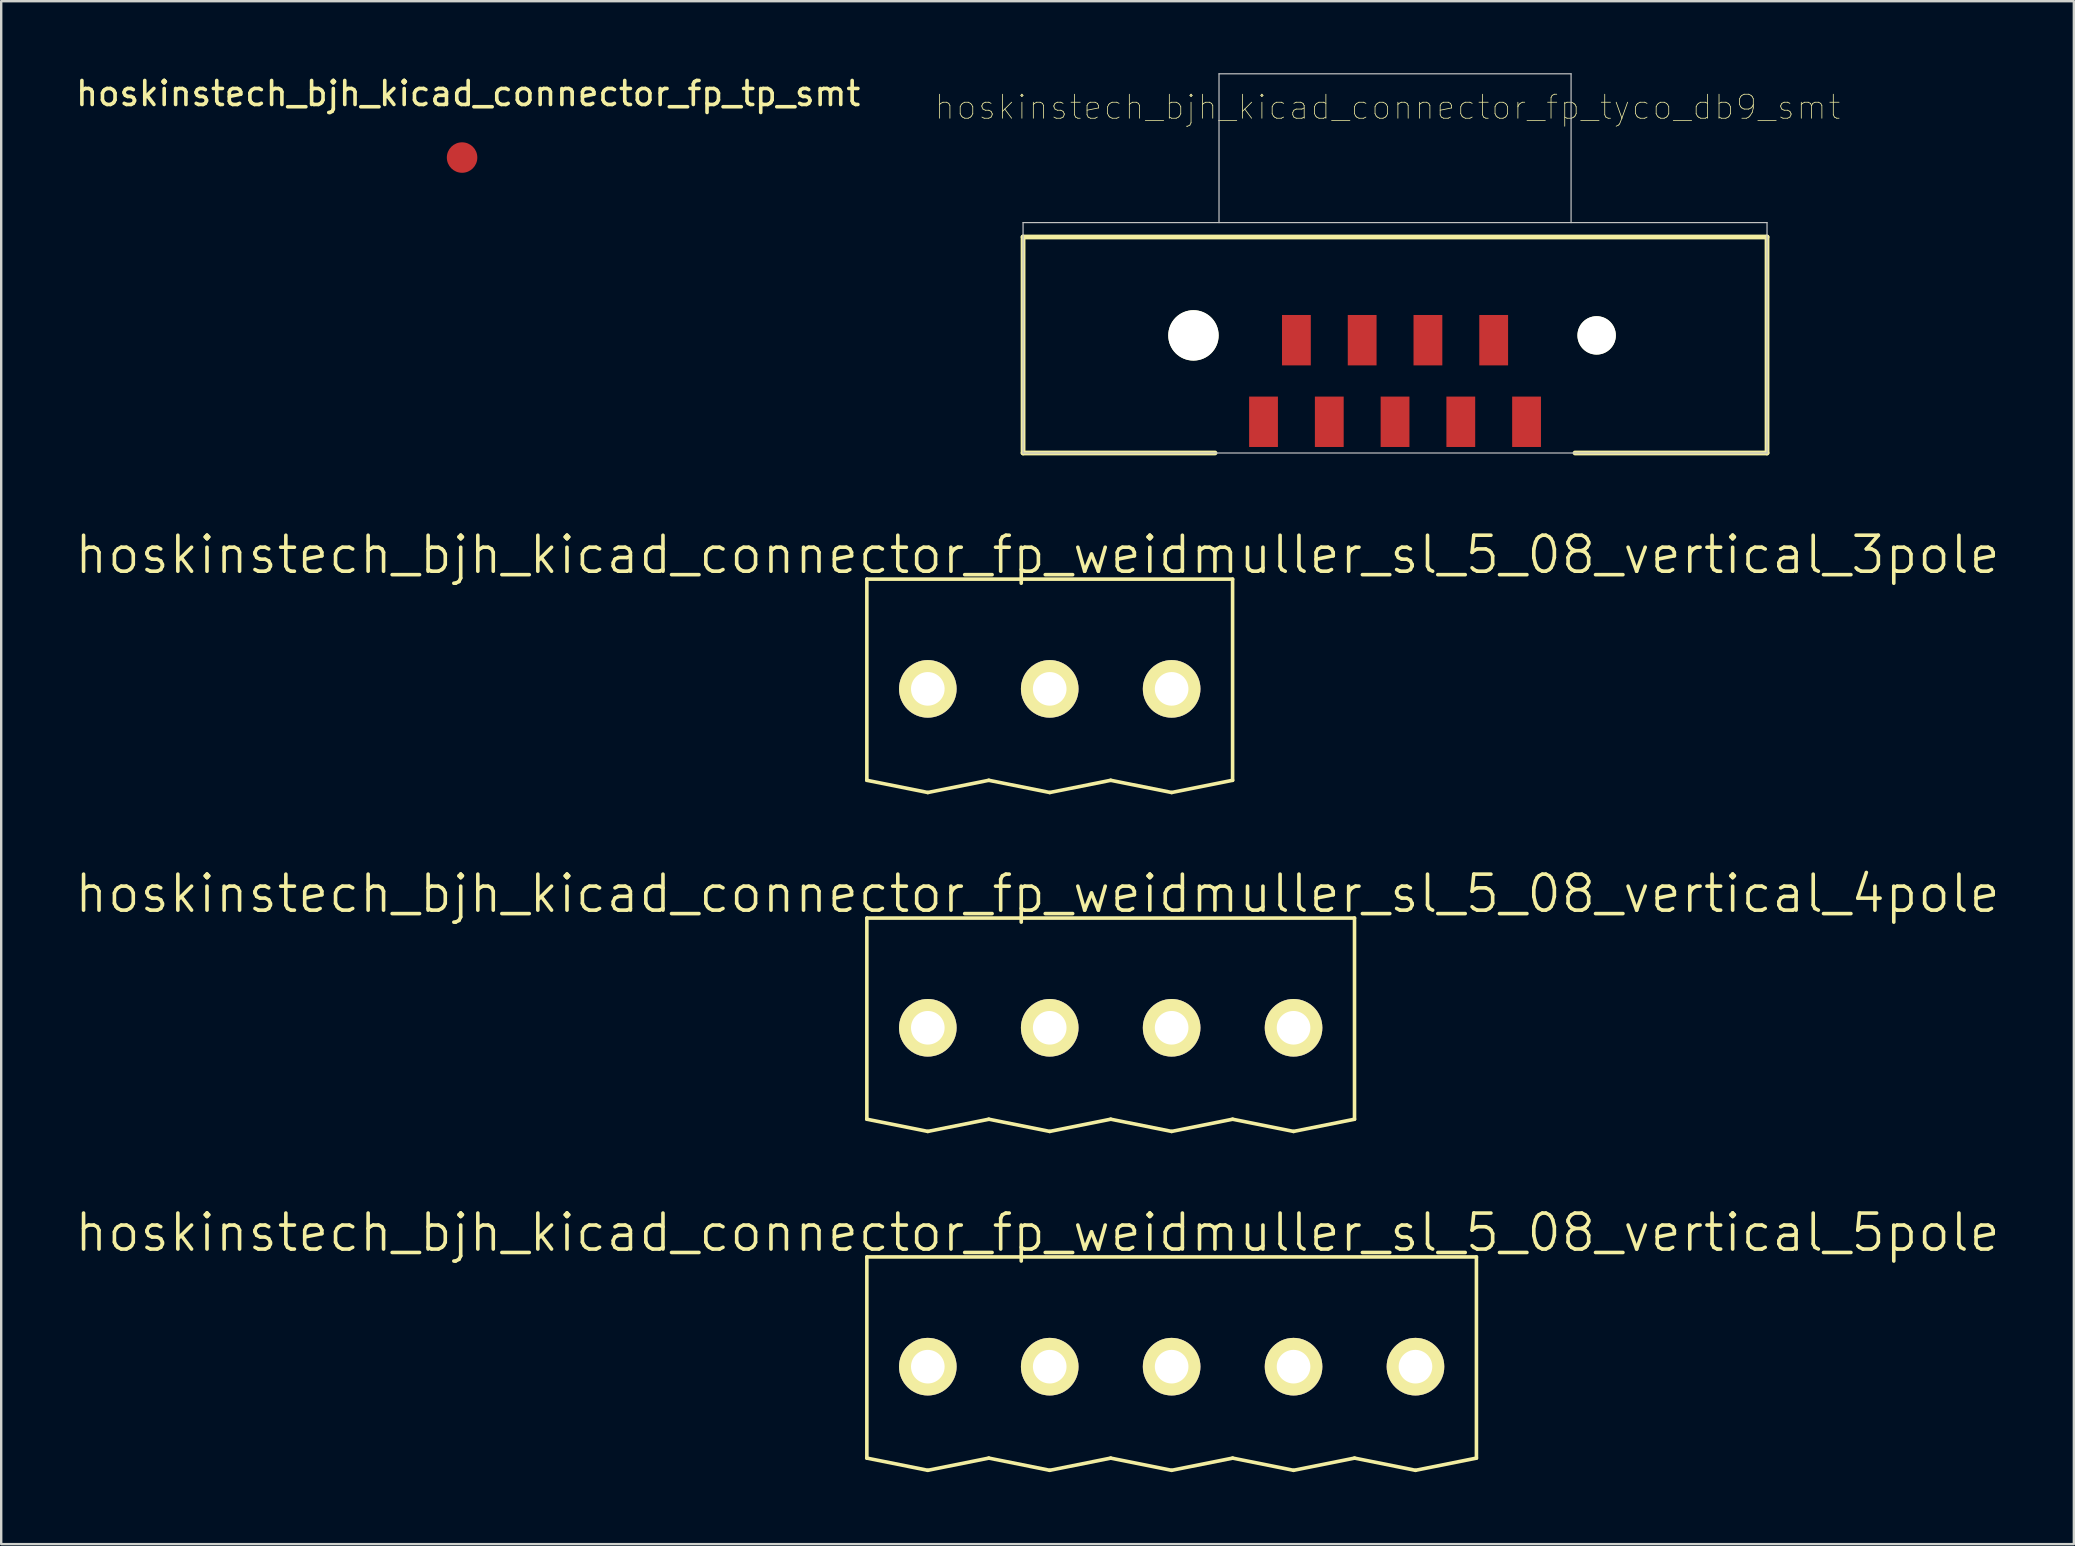
<source format=kicad_pcb>
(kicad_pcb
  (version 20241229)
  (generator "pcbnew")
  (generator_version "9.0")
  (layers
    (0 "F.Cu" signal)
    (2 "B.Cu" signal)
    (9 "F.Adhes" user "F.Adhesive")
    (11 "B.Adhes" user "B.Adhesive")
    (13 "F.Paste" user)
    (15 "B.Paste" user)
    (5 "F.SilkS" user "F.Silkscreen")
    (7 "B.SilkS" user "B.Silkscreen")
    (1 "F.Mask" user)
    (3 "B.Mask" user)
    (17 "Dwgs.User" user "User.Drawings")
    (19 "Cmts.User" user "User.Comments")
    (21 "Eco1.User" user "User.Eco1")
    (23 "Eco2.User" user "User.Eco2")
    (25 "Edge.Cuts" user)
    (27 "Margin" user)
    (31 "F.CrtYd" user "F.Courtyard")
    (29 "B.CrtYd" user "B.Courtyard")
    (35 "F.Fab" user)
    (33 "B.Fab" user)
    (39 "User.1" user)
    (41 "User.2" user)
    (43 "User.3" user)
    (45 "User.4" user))
  (footprint "hoskinstech_bjh_kicad_connector_fp_tp_smt"
    (layer "F.Cu")
    (at 16.204 3.515)
    (property "Reference" "hoskinstech_bjh_kicad_connector_fp_tp_smt" (at 0.254 -2.667 0) (layer "F.SilkS") (effects (font (size 1 1) (thickness 0.15))))
    (attr through_hole)
    (pad "1" smd circle (at 0 0) (size 1.27 1.27) (layers "F.Cu" "F.Mask" "F.Paste")))
  (footprint "hoskinstech_bjh_kicad_connector_fp_tyco_db9_smt"
    (layer "F.Cu")
    (at 55.079 6.225)
    (property "Reference" "hoskinstech_bjh_kicad_connector_fp_tyco_db9_smt" (at -0.31 -4.81 0) (layer "F.SilkS") (effects (font (size 1 1) (thickness 0.032))))
    (attr through_hole)
    (fp_line (start -15.5 0.6) (end -15.5 9.6) (stroke (width 0.2) (type solid)) (layer "F.SilkS"))
    (fp_line (start -15.5 0.6) (end 15.5 0.6) (stroke (width 0.2) (type solid)) (layer "F.SilkS"))
    (fp_line (start -15.5 9.6) (end -7.5 9.6) (stroke (width 0.2) (type solid)) (layer "F.SilkS"))
    (fp_line (start 15.5 0.6) (end 15.5 9.6) (stroke (width 0.2) (type solid)) (layer "F.SilkS"))
    (fp_line (start 15.5 9.6) (end 7.5 9.6) (stroke (width 0.2) (type solid)) (layer "F.SilkS"))
    (fp_line (start -15.5 0) (end -15.5 9.6) (stroke (width 0.05) (type solid)) (layer "Dwgs.User"))
    (fp_line (start -15.5 0) (end 15.5 0) (stroke (width 0.05) (type solid)) (layer "Dwgs.User"))
    (fp_line (start -15.5 9.6) (end 15.5 9.6) (stroke (width 0.05) (type solid)) (layer "Dwgs.User"))
    (fp_line (start -7.335 -6.2) (end 7.335 -6.2) (stroke (width 0.05) (type solid)) (layer "Dwgs.User"))
    (fp_line (start -7.335 0) (end -7.335 -6.2) (stroke (width 0.05) (type solid)) (layer "Dwgs.User"))
    (fp_line (start 7.335 0) (end 7.335 -6.2) (stroke (width 0.05) (type solid)) (layer "Dwgs.User"))
    (fp_line (start 15.5 0) (end 15.5 9.6) (stroke (width 0.05) (type solid)) (layer "Dwgs.User"))
    (pad "" np_thru_hole circle (at -8.4 4.7) (size 2.1 2.1) (drill 2.1) (layers "*.Cu" "*.Mask" "F.SilkS"))
    (pad "" np_thru_hole circle (at 8.4 4.7) (size 1.6 1.6) (drill 1.6) (layers "*.Cu" "*.Mask" "F.SilkS"))
    (pad "1" smd rect (at -5.48 8.3) (size 1.2 2.1) (layers "F.Cu" "F.Mask" "F.Paste"))
    (pad "2" smd rect (at -2.74 8.3) (size 1.2 2.1) (layers "F.Cu" "F.Mask" "F.Paste"))
    (pad "3" smd rect (at 0 8.3) (size 1.2 2.1) (layers "F.Cu" "F.Mask" "F.Paste"))
    (pad "4" smd rect (at 2.74 8.3) (size 1.2 2.1) (layers "F.Cu" "F.Mask" "F.Paste"))
    (pad "5" smd rect (at 5.48 8.3) (size 1.2 2.1) (layers "F.Cu" "F.Mask" "F.Paste"))
    (pad "6" smd rect (at -4.11 4.9) (size 1.2 2.1) (layers "F.Cu" "F.Mask" "F.Paste"))
    (pad "7" smd rect (at -1.37 4.9) (size 1.2 2.1) (layers "F.Cu" "F.Mask" "F.Paste"))
    (pad "8" smd rect (at 1.37 4.9) (size 1.2 2.1) (layers "F.Cu" "F.Mask" "F.Paste"))
    (pad "9" smd rect (at 4.11 4.9) (size 1.2 2.1) (layers "F.Cu" "F.Mask" "F.Paste")))
  (footprint "hoskinstech_bjh_kicad_connector_fp_weidmuller_sl_5_08_vertical_4pole"
    (layer "F.Cu")
    (at 35.61 39.776)
    (property "Reference" "hoskinstech_bjh_kicad_connector_fp_weidmuller_sl_5_08_vertical_4pole" (at 4.572 -5.588 0) (layer "F.SilkS") (effects (font (size 1.5 1.5) (thickness 0.15))))
    (attr through_hole)
    (fp_line (start -2.54 -4.572) (end -2.54 3.81) (stroke (width 0.15) (type solid)) (layer "F.SilkS"))
    (fp_line (start -2.54 -4.572) (end 17.78 -4.572) (stroke (width 0.15) (type solid)) (layer "F.SilkS"))
    (fp_line (start -2.54 3.81) (end 0 4.318) (stroke (width 0.15) (type solid)) (layer "F.SilkS"))
    (fp_line (start 0 4.318) (end 2.54 3.81) (stroke (width 0.15) (type solid)) (layer "F.SilkS"))
    (fp_line (start 2.54 3.81) (end 5.08 4.318) (stroke (width 0.15) (type solid)) (layer "F.SilkS"))
    (fp_line (start 5.08 4.318) (end 7.62 3.81) (stroke (width 0.15) (type solid)) (layer "F.SilkS"))
    (fp_line (start 7.62 3.81) (end 10.16 4.318) (stroke (width 0.15) (type solid)) (layer "F.SilkS"))
    (fp_line (start 10.16 4.318) (end 12.7 3.81) (stroke (width 0.15) (type solid)) (layer "F.SilkS"))
    (fp_line (start 12.7 3.81) (end 15.24 4.318) (stroke (width 0.15) (type solid)) (layer "F.SilkS"))
    (fp_line (start 15.24 4.318) (end 17.78 3.81) (stroke (width 0.15) (type solid)) (layer "F.SilkS"))
    (fp_line (start 17.78 -4.572) (end 17.78 3.81) (stroke (width 0.15) (type solid)) (layer "F.SilkS"))
    (pad "1" thru_hole circle (at 0 0) (size 2.4 2.4) (drill 1.4) (layers "*.Cu" "*.Mask" "F.SilkS"))
    (pad "2" thru_hole circle (at 5.08 0) (size 2.4 2.4) (drill 1.4) (layers "*.Cu" "*.Mask" "F.SilkS"))
    (pad "3" thru_hole circle (at 10.16 0) (size 2.4 2.4) (drill 1.4) (layers "*.Cu" "*.Mask" "F.SilkS"))
    (pad "4" thru_hole circle (at 15.24 0) (size 2.4 2.4) (drill 1.4) (layers "*.Cu" "*.Mask" "F.SilkS")))
  (footprint "hoskinstech_bjh_kicad_connector_fp_weidmuller_sl_5_08_vertical_5pole"
    (layer "F.Cu")
    (at 35.61 53.897)
    (property "Reference" "hoskinstech_bjh_kicad_connector_fp_weidmuller_sl_5_08_vertical_5pole" (at 4.572 -5.588 0) (layer "F.SilkS") (effects (font (size 1.5 1.5) (thickness 0.15))))
    (attr through_hole)
    (fp_line (start -2.54 -4.572) (end -2.54 3.81) (stroke (width 0.15) (type solid)) (layer "F.SilkS"))
    (fp_line (start -2.54 -4.572) (end 22.86 -4.572) (stroke (width 0.15) (type solid)) (layer "F.SilkS"))
    (fp_line (start -2.54 3.81) (end 0 4.318) (stroke (width 0.15) (type solid)) (layer "F.SilkS"))
    (fp_line (start 0 4.318) (end 2.54 3.81) (stroke (width 0.15) (type solid)) (layer "F.SilkS"))
    (fp_line (start 2.54 3.81) (end 5.08 4.318) (stroke (width 0.15) (type solid)) (layer "F.SilkS"))
    (fp_line (start 5.08 4.318) (end 7.62 3.81) (stroke (width 0.15) (type solid)) (layer "F.SilkS"))
    (fp_line (start 7.62 3.81) (end 10.16 4.318) (stroke (width 0.15) (type solid)) (layer "F.SilkS"))
    (fp_line (start 10.16 4.318) (end 12.7 3.81) (stroke (width 0.15) (type solid)) (layer "F.SilkS"))
    (fp_line (start 12.7 3.81) (end 15.24 4.318) (stroke (width 0.15) (type solid)) (layer "F.SilkS"))
    (fp_line (start 15.24 4.318) (end 17.78 3.81) (stroke (width 0.15) (type solid)) (layer "F.SilkS"))
    (fp_line (start 17.78 3.81) (end 20.32 4.318) (stroke (width 0.15) (type solid)) (layer "F.SilkS"))
    (fp_line (start 20.32 4.318) (end 22.86 3.81) (stroke (width 0.15) (type solid)) (layer "F.SilkS"))
    (fp_line (start 22.86 -4.572) (end 22.86 3.81) (stroke (width 0.15) (type solid)) (layer "F.SilkS"))
    (pad "1" thru_hole circle (at 0 0) (size 2.4 2.4) (drill 1.4) (layers "*.Cu" "*.Mask" "F.SilkS"))
    (pad "2" thru_hole circle (at 5.08 0) (size 2.4 2.4) (drill 1.4) (layers "*.Cu" "*.Mask" "F.SilkS"))
    (pad "3" thru_hole circle (at 10.16 0) (size 2.4 2.4) (drill 1.4) (layers "*.Cu" "*.Mask" "F.SilkS"))
    (pad "4" thru_hole circle (at 15.24 0) (size 2.4 2.4) (drill 1.4) (layers "*.Cu" "*.Mask" "F.SilkS"))
    (pad "5" thru_hole circle (at 20.32 0) (size 2.4 2.4) (drill 1.4) (layers "*.Cu" "*.Mask" "F.SilkS")))
  (footprint "hoskinstech_bjh_kicad_connector_fp_weidmuller_sl_5_08_vertical_3pole"
    (layer "F.Cu")
    (at 35.61 25.654)
    (property "Reference" "hoskinstech_bjh_kicad_connector_fp_weidmuller_sl_5_08_vertical_3pole" (at 4.572 -5.588 0) (layer "F.SilkS") (effects (font (size 1.5 1.5) (thickness 0.15))))
    (attr through_hole)
    (fp_line (start -2.54 -4.572) (end -2.54 3.81) (stroke (width 0.15) (type solid)) (layer "F.SilkS"))
    (fp_line (start -2.54 -4.572) (end 12.7 -4.572) (stroke (width 0.15) (type solid)) (layer "F.SilkS"))
    (fp_line (start -2.54 3.81) (end 0 4.318) (stroke (width 0.15) (type solid)) (layer "F.SilkS"))
    (fp_line (start 0 4.318) (end 2.54 3.81) (stroke (width 0.15) (type solid)) (layer "F.SilkS"))
    (fp_line (start 2.54 3.81) (end 5.08 4.318) (stroke (width 0.15) (type solid)) (layer "F.SilkS"))
    (fp_line (start 5.08 4.318) (end 7.62 3.81) (stroke (width 0.15) (type solid)) (layer "F.SilkS"))
    (fp_line (start 7.62 3.81) (end 10.16 4.318) (stroke (width 0.15) (type solid)) (layer "F.SilkS"))
    (fp_line (start 10.16 4.318) (end 12.7 3.81) (stroke (width 0.15) (type solid)) (layer "F.SilkS"))
    (fp_line (start 12.7 -4.572) (end 12.7 3.81) (stroke (width 0.15) (type solid)) (layer "F.SilkS"))
    (pad "1" thru_hole circle (at 0 0) (size 2.4 2.4) (drill 1.4) (layers "*.Cu" "*.Mask" "F.SilkS"))
    (pad "2" thru_hole circle (at 5.08 0) (size 2.4 2.4) (drill 1.4) (layers "*.Cu" "*.Mask" "F.SilkS"))
    (pad "3" thru_hole circle (at 10.16 0) (size 2.4 2.4) (drill 1.4) (layers "*.Cu" "*.Mask" "F.SilkS")))
  (gr_rect
    (start -3 -3)
    (end 83.364 61.29)
    (stroke (width 0.1) (type default))
    (fill no)
    (layer "Edge.Cuts")))
</source>
